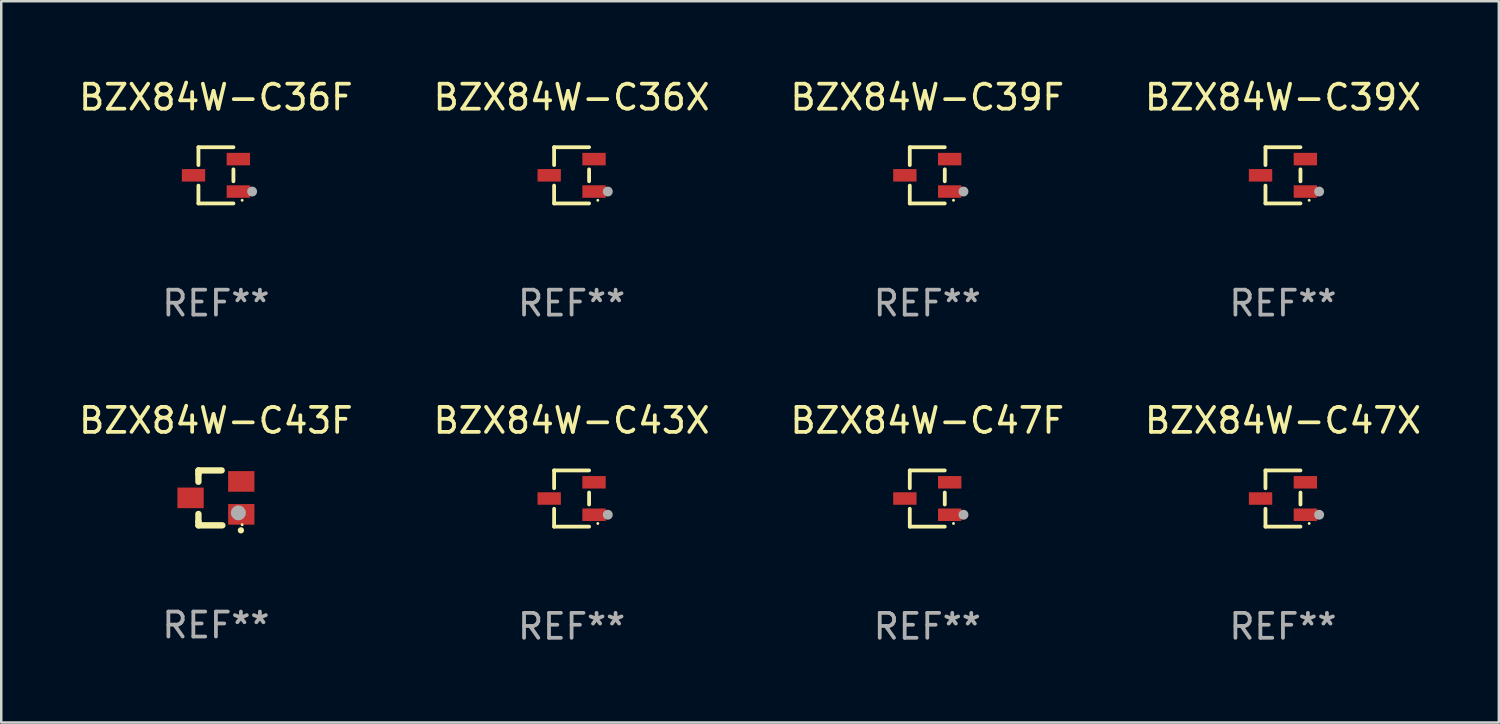
<source format=kicad_pcb>
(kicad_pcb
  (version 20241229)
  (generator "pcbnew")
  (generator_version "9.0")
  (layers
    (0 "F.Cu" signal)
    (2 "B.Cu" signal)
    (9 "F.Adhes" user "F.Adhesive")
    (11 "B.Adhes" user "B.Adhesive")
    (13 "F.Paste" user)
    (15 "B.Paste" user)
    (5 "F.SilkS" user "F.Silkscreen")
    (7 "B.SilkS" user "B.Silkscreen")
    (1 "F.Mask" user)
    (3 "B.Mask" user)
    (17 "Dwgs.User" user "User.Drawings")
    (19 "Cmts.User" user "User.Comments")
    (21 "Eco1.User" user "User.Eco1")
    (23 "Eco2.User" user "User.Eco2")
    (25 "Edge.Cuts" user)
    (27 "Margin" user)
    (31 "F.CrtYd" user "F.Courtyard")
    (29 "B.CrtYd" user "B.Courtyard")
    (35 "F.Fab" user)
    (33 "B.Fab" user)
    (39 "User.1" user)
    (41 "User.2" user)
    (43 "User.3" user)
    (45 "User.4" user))
  (footprint "BZX84W-C43F"
    (layer "F.Cu")
    (at 5.601 16.897)
    (property "Reference" "BZX84W-C43F" (at 0 -3.1 0) (layer "F.SilkS") (effects (font (size 1 1) (thickness 0.15))))
    (attr through_hole)
    (fp_line (start -0.701 -0.95) (end -0.701 -1.1) (stroke (width 0.254) (type solid)) (layer "F.SilkS"))
    (fp_line (start -0.701 -0.644) (end -0.701 -0.95) (stroke (width 0.254) (type solid)) (layer "F.SilkS"))
    (fp_line (start -0.701 0.95) (end -0.701 0.644) (stroke (width 0.254) (type solid)) (layer "F.SilkS"))
    (fp_line (start -0.701 0.95) (end -0.701 1.1) (stroke (width 0.254) (type solid)) (layer "F.SilkS"))
    (fp_line (start -0.7 -1.1) (end 0.23 -1.1) (stroke (width 0.254) (type solid)) (layer "F.SilkS"))
    (fp_line (start -0.7 1.1) (end 0.258 1.1) (stroke (width 0.254) (type solid)) (layer "F.SilkS"))
    (fp_arc (start 1 1.3) (mid 1.00127 1.299994) (end 1.00254 1.3) (stroke (width 0.24892) (type solid)) (layer "F.SilkS"))
    (fp_circle (center 1.05 1.075) (end 1.08 1.075) (stroke (width 0.06) (type solid)) (fill no) (layer "F.SilkS"))
    (fp_circle (center 0.9 0.6) (end 1.05 0.6) (stroke (width 0.3) (type solid)) (fill no) (layer "F.Fab"))
    (fp_text user "REF**" (at 0 5.1 0) (layer "F.Fab") (effects (font (size 1 1) (thickness 0.15))))
    (pad "1" smd rect (at 1.016 0.66) (size 1.054 0.826) (layers "F.Cu" "F.Mask" "F.Paste"))
    (pad "2" smd rect (at 1.016 -0.66) (size 1.054 0.826) (layers "F.Cu" "F.Mask" "F.Paste"))
    (pad "3" smd rect (at -1.016 0) (size 1.054 0.826) (layers "F.Cu" "F.Mask" "F.Paste")))
  (footprint "BZX84W-C47F"
    (layer "F.Cu")
    (at 34.101 16.923)
    (property "Reference" "BZX84W-C47F" (at 0 -3.126 0) (layer "F.SilkS") (effects (font (size 1 1) (thickness 0.15))))
    (attr through_hole)
    (fp_line (start -0.701 -1.126) (end -0.701 -0.411) (stroke (width 0.152) (type solid)) (layer "F.SilkS"))
    (fp_line (start -0.701 1.126) (end -0.701 0.411) (stroke (width 0.152) (type solid)) (layer "F.SilkS"))
    (fp_line (start 0.701 -1.126) (end -0.701 -1.126) (stroke (width 0.152) (type solid)) (layer "F.SilkS"))
    (fp_line (start 0.701 -0.239) (end 0.701 0.239) (stroke (width 0.152) (type solid)) (layer "F.SilkS"))
    (fp_line (start 0.701 1.126) (end -0.701 1.126) (stroke (width 0.152) (type solid)) (layer "F.SilkS"))
    (fp_circle (center 1.05 1) (end 1.08 1) (stroke (width 0.06) (type solid)) (fill no) (layer "F.SilkS"))
    (fp_circle (center 1.45 0.65) (end 1.55 0.65) (stroke (width 0.2) (type solid)) (fill no) (layer "F.Fab"))
    (fp_text user "REF**" (at 0 5.126 0) (layer "F.Fab") (effects (font (size 1 1) (thickness 0.15))))
    (pad "1" smd rect (at 0.898 0.65) (size 0.936 0.5) (layers "F.Cu" "F.Mask" "F.Paste"))
    (pad "2" smd rect (at 0.898 -0.65) (size 0.936 0.5) (layers "F.Cu" "F.Mask" "F.Paste"))
    (pad "3" smd rect (at -0.898 0) (size 0.936 0.5) (layers "F.Cu" "F.Mask" "F.Paste")))
  (footprint "BZX84W-C39X"
    (layer "F.Cu")
    (at 48.351 3.974)
    (property "Reference" "BZX84W-C39X" (at 0 -3.126 0) (layer "F.SilkS") (effects (font (size 1 1) (thickness 0.15))))
    (attr through_hole)
    (fp_line (start -0.701 -1.126) (end -0.701 -0.411) (stroke (width 0.152) (type solid)) (layer "F.SilkS"))
    (fp_line (start -0.701 1.126) (end -0.701 0.411) (stroke (width 0.152) (type solid)) (layer "F.SilkS"))
    (fp_line (start 0.701 -1.126) (end -0.701 -1.126) (stroke (width 0.152) (type solid)) (layer "F.SilkS"))
    (fp_line (start 0.701 -0.239) (end 0.701 0.239) (stroke (width 0.152) (type solid)) (layer "F.SilkS"))
    (fp_line (start 0.701 1.126) (end -0.701 1.126) (stroke (width 0.152) (type solid)) (layer "F.SilkS"))
    (fp_circle (center 1.05 1) (end 1.08 1) (stroke (width 0.06) (type solid)) (fill no) (layer "F.SilkS"))
    (fp_circle (center 1.45 0.65) (end 1.55 0.65) (stroke (width 0.2) (type solid)) (fill no) (layer "F.Fab"))
    (fp_text user "REF**" (at 0 5.126 0) (layer "F.Fab") (effects (font (size 1 1) (thickness 0.15))))
    (pad "1" smd rect (at 0.898 0.65) (size 0.936 0.5) (layers "F.Cu" "F.Mask" "F.Paste"))
    (pad "2" smd rect (at 0.898 -0.65) (size 0.936 0.5) (layers "F.Cu" "F.Mask" "F.Paste"))
    (pad "3" smd rect (at -0.898 0) (size 0.936 0.5) (layers "F.Cu" "F.Mask" "F.Paste")))
  (footprint "BZX84W-C47X"
    (layer "F.Cu")
    (at 48.351 16.923)
    (property "Reference" "BZX84W-C47X" (at 0 -3.126 0) (layer "F.SilkS") (effects (font (size 1 1) (thickness 0.15))))
    (attr through_hole)
    (fp_line (start -0.701 -1.126) (end -0.701 -0.411) (stroke (width 0.152) (type solid)) (layer "F.SilkS"))
    (fp_line (start -0.701 1.126) (end -0.701 0.411) (stroke (width 0.152) (type solid)) (layer "F.SilkS"))
    (fp_line (start 0.701 -1.126) (end -0.701 -1.126) (stroke (width 0.152) (type solid)) (layer "F.SilkS"))
    (fp_line (start 0.701 -0.239) (end 0.701 0.239) (stroke (width 0.152) (type solid)) (layer "F.SilkS"))
    (fp_line (start 0.701 1.126) (end -0.701 1.126) (stroke (width 0.152) (type solid)) (layer "F.SilkS"))
    (fp_circle (center 1.05 1) (end 1.08 1) (stroke (width 0.06) (type solid)) (fill no) (layer "F.SilkS"))
    (fp_circle (center 1.45 0.65) (end 1.55 0.65) (stroke (width 0.2) (type solid)) (fill no) (layer "F.Fab"))
    (fp_text user "REF**" (at 0 5.126 0) (layer "F.Fab") (effects (font (size 1 1) (thickness 0.15))))
    (pad "1" smd rect (at 0.898 0.65) (size 0.936 0.5) (layers "F.Cu" "F.Mask" "F.Paste"))
    (pad "2" smd rect (at 0.898 -0.65) (size 0.936 0.5) (layers "F.Cu" "F.Mask" "F.Paste"))
    (pad "3" smd rect (at -0.898 0) (size 0.936 0.5) (layers "F.Cu" "F.Mask" "F.Paste")))
  (footprint "BZX84W-C36F"
    (layer "F.Cu")
    (at 5.601 3.974)
    (property "Reference" "BZX84W-C36F" (at 0 -3.126 0) (layer "F.SilkS") (effects (font (size 1 1) (thickness 0.15))))
    (attr through_hole)
    (fp_line (start -0.701 -1.126) (end -0.701 -0.411) (stroke (width 0.152) (type solid)) (layer "F.SilkS"))
    (fp_line (start -0.701 1.126) (end -0.701 0.411) (stroke (width 0.152) (type solid)) (layer "F.SilkS"))
    (fp_line (start 0.701 -1.126) (end -0.701 -1.126) (stroke (width 0.152) (type solid)) (layer "F.SilkS"))
    (fp_line (start 0.701 -0.239) (end 0.701 0.239) (stroke (width 0.152) (type solid)) (layer "F.SilkS"))
    (fp_line (start 0.701 1.126) (end -0.701 1.126) (stroke (width 0.152) (type solid)) (layer "F.SilkS"))
    (fp_circle (center 1.05 1) (end 1.08 1) (stroke (width 0.06) (type solid)) (fill no) (layer "F.SilkS"))
    (fp_circle (center 1.45 0.65) (end 1.55 0.65) (stroke (width 0.2) (type solid)) (fill no) (layer "F.Fab"))
    (fp_text user "REF**" (at 0 5.126 0) (layer "F.Fab") (effects (font (size 1 1) (thickness 0.15))))
    (pad "1" smd rect (at 0.898 0.65) (size 0.936 0.5) (layers "F.Cu" "F.Mask" "F.Paste"))
    (pad "2" smd rect (at 0.898 -0.65) (size 0.936 0.5) (layers "F.Cu" "F.Mask" "F.Paste"))
    (pad "3" smd rect (at -0.898 0) (size 0.936 0.5) (layers "F.Cu" "F.Mask" "F.Paste")))
  (footprint "BZX84W-C43X"
    (layer "F.Cu")
    (at 19.851 16.923)
    (property "Reference" "BZX84W-C43X" (at 0 -3.126 0) (layer "F.SilkS") (effects (font (size 1 1) (thickness 0.15))))
    (attr through_hole)
    (fp_line (start -0.701 -1.126) (end -0.701 -0.411) (stroke (width 0.152) (type solid)) (layer "F.SilkS"))
    (fp_line (start -0.701 1.126) (end -0.701 0.411) (stroke (width 0.152) (type solid)) (layer "F.SilkS"))
    (fp_line (start 0.701 -1.126) (end -0.701 -1.126) (stroke (width 0.152) (type solid)) (layer "F.SilkS"))
    (fp_line (start 0.701 -0.239) (end 0.701 0.239) (stroke (width 0.152) (type solid)) (layer "F.SilkS"))
    (fp_line (start 0.701 1.126) (end -0.701 1.126) (stroke (width 0.152) (type solid)) (layer "F.SilkS"))
    (fp_circle (center 1.05 1) (end 1.08 1) (stroke (width 0.06) (type solid)) (fill no) (layer "F.SilkS"))
    (fp_circle (center 1.45 0.65) (end 1.55 0.65) (stroke (width 0.2) (type solid)) (fill no) (layer "F.Fab"))
    (fp_text user "REF**" (at 0 5.126 0) (layer "F.Fab") (effects (font (size 1 1) (thickness 0.15))))
    (pad "1" smd rect (at 0.898 0.65) (size 0.936 0.5) (layers "F.Cu" "F.Mask" "F.Paste"))
    (pad "2" smd rect (at 0.898 -0.65) (size 0.936 0.5) (layers "F.Cu" "F.Mask" "F.Paste"))
    (pad "3" smd rect (at -0.898 0) (size 0.936 0.5) (layers "F.Cu" "F.Mask" "F.Paste")))
  (footprint "BZX84W-C39F"
    (layer "F.Cu")
    (at 34.101 3.974)
    (property "Reference" "BZX84W-C39F" (at 0 -3.126 0) (layer "F.SilkS") (effects (font (size 1 1) (thickness 0.15))))
    (attr through_hole)
    (fp_line (start -0.701 -1.126) (end -0.701 -0.411) (stroke (width 0.152) (type solid)) (layer "F.SilkS"))
    (fp_line (start -0.701 1.126) (end -0.701 0.411) (stroke (width 0.152) (type solid)) (layer "F.SilkS"))
    (fp_line (start 0.701 -1.126) (end -0.701 -1.126) (stroke (width 0.152) (type solid)) (layer "F.SilkS"))
    (fp_line (start 0.701 -0.239) (end 0.701 0.239) (stroke (width 0.152) (type solid)) (layer "F.SilkS"))
    (fp_line (start 0.701 1.126) (end -0.701 1.126) (stroke (width 0.152) (type solid)) (layer "F.SilkS"))
    (fp_circle (center 1.05 1) (end 1.08 1) (stroke (width 0.06) (type solid)) (fill no) (layer "F.SilkS"))
    (fp_circle (center 1.45 0.65) (end 1.55 0.65) (stroke (width 0.2) (type solid)) (fill no) (layer "F.Fab"))
    (fp_text user "REF**" (at 0 5.126 0) (layer "F.Fab") (effects (font (size 1 1) (thickness 0.15))))
    (pad "1" smd rect (at 0.898 0.65) (size 0.936 0.5) (layers "F.Cu" "F.Mask" "F.Paste"))
    (pad "2" smd rect (at 0.898 -0.65) (size 0.936 0.5) (layers "F.Cu" "F.Mask" "F.Paste"))
    (pad "3" smd rect (at -0.898 0) (size 0.936 0.5) (layers "F.Cu" "F.Mask" "F.Paste")))
  (footprint "BZX84W-C36X"
    (layer "F.Cu")
    (at 19.851 3.974)
    (property "Reference" "BZX84W-C36X" (at 0 -3.126 0) (layer "F.SilkS") (effects (font (size 1 1) (thickness 0.15))))
    (attr through_hole)
    (fp_line (start -0.701 -1.126) (end -0.701 -0.411) (stroke (width 0.152) (type solid)) (layer "F.SilkS"))
    (fp_line (start -0.701 1.126) (end -0.701 0.411) (stroke (width 0.152) (type solid)) (layer "F.SilkS"))
    (fp_line (start 0.701 -1.126) (end -0.701 -1.126) (stroke (width 0.152) (type solid)) (layer "F.SilkS"))
    (fp_line (start 0.701 -0.239) (end 0.701 0.239) (stroke (width 0.152) (type solid)) (layer "F.SilkS"))
    (fp_line (start 0.701 1.126) (end -0.701 1.126) (stroke (width 0.152) (type solid)) (layer "F.SilkS"))
    (fp_circle (center 1.05 1) (end 1.08 1) (stroke (width 0.06) (type solid)) (fill no) (layer "F.SilkS"))
    (fp_circle (center 1.45 0.65) (end 1.55 0.65) (stroke (width 0.2) (type solid)) (fill no) (layer "F.Fab"))
    (fp_text user "REF**" (at 0 5.126 0) (layer "F.Fab") (effects (font (size 1 1) (thickness 0.15))))
    (pad "1" smd rect (at 0.898 0.65) (size 0.936 0.5) (layers "F.Cu" "F.Mask" "F.Paste"))
    (pad "2" smd rect (at 0.898 -0.65) (size 0.936 0.5) (layers "F.Cu" "F.Mask" "F.Paste"))
    (pad "3" smd rect (at -0.898 0) (size 0.936 0.5) (layers "F.Cu" "F.Mask" "F.Paste")))
  (gr_rect
    (start -3 -3)
    (end 57 25.898)
    (stroke (width 0.1) (type default))
    (fill no)
    (layer "Edge.Cuts")))
</source>
